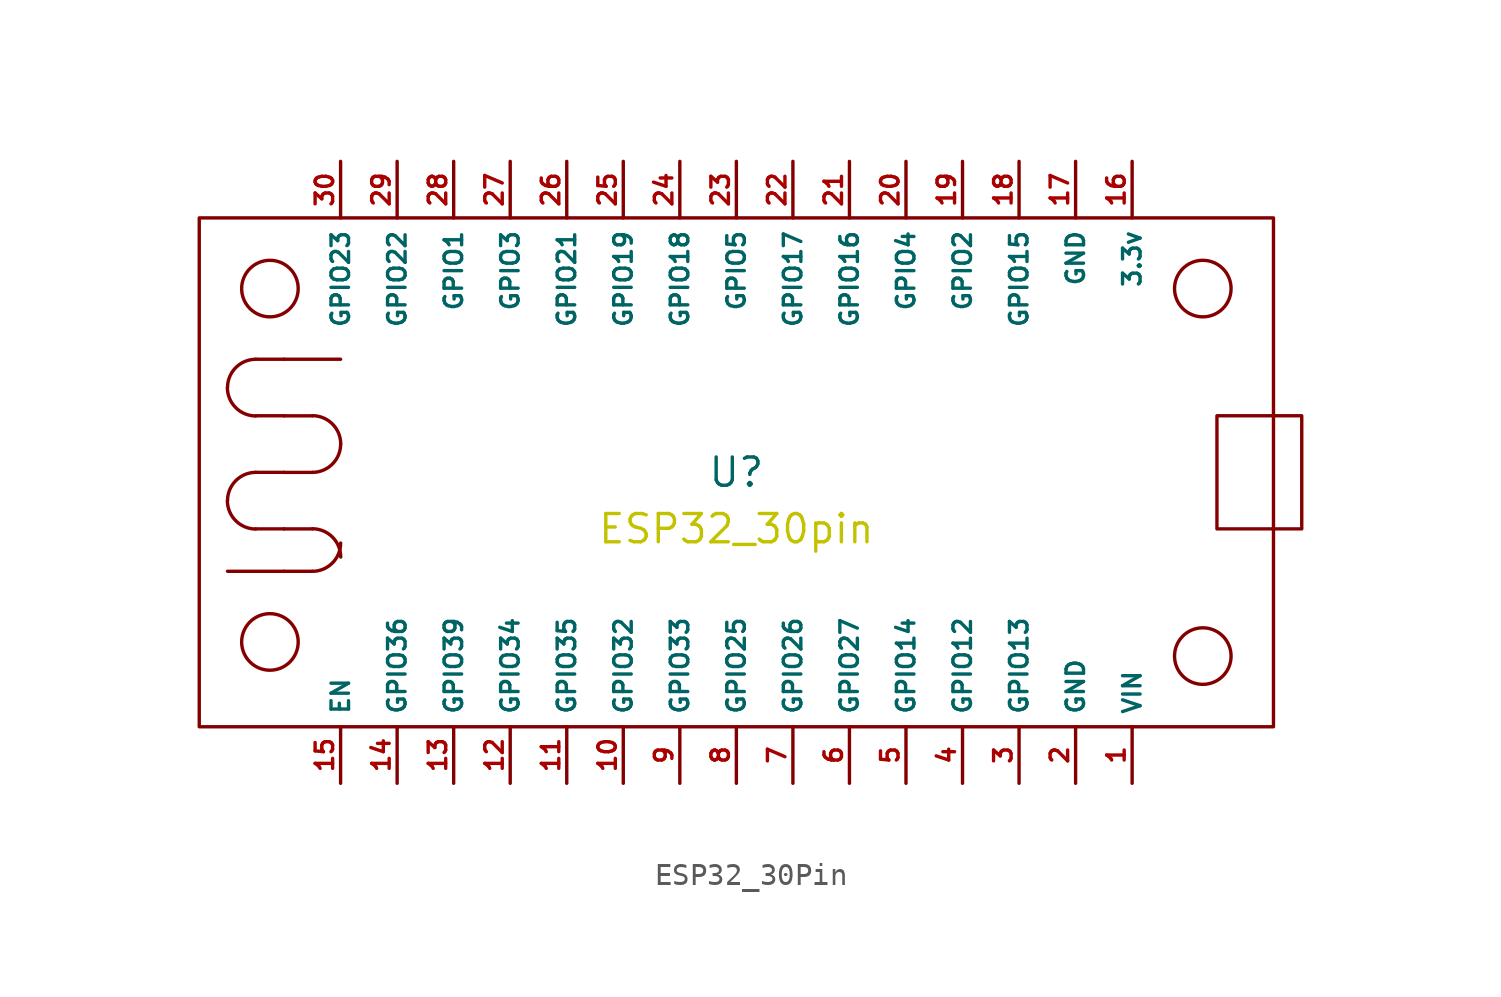
<source format=kicad_sym>
(kicad_symbol_lib
  (version 20231120)
  (generator "kicad_symbol_editor")
  (generator_version "8.0")
  (symbol "ESP32_30Pin"
    (property "Reference" "U"
      (at 0 0 0)
      (effects (font (size 1.27 1.27))))
    (property "Value" ""
      (at 0 0 0)
      (effects (font (size 1.27 1.27))))
    (property "Footprint" "ESP32_30pin"
      (at 0 -2.54 0)
      (effects (font (size 1.27 1.27) (color 194 194 0 1))))
    (symbol "ESP32_30Pin_0_1"
      (rectangle (start -24.13 11.43) (end 24.13 -11.43) (stroke (width 0) (type default)) (fill (type none)))
      (arc (start -22.8675 -1.2775) (mid -22.4933 -2.1733) (end -21.5975 -2.5475) (stroke (width 0) (type default)) (fill (type none)))
      (arc (start -22.8675 3.8025) (mid -22.4933 2.9067) (end -21.5975 2.5325) (stroke (width 0) (type default)) (fill (type none)))
      (arc (start -21.59 0) (mid -22.4873 -0.3727) (end -22.86 -1.27) (stroke (width 0) (type default)) (fill (type none)))
      (arc (start -21.59 5.08) (mid -22.4873 4.7073) (end -22.86 3.81) (stroke (width 0) (type default)) (fill (type none)))
      (circle (center -20.955 -7.62) (radius 1.27) (stroke (width 0) (type default)) (fill (type none)))
      (circle (center -20.955 8.255) (radius 1.27) (stroke (width 0) (type default)) (fill (type none)))
      (arc (start -19.0475 -4.4475) (mid -18.1502 -4.0748) (end -17.7775 -3.1775) (stroke (width 0) (type default)) (fill (type none)))
      (arc (start -19.0475 -0.0025) (mid -18.1502 0.3702) (end -17.7775 1.2675) (stroke (width 0) (type default)) (fill (type none)))
      (arc (start -17.77 -3.805) (mid -18.1442 -2.9092) (end -19.04 -2.535) (stroke (width 0) (type default)) (fill (type none)))
      (arc (start -17.77 1.275) (mid -18.1442 2.1708) (end -19.04 2.545) (stroke (width 0) (type default)) (fill (type none)))
      (polyline (pts (xy -21.59 -2.54) (xy -20.32 -2.54)) (stroke (width 0) (type default)) (fill (type none)))
      (polyline (pts (xy -21.59 0) (xy -20.32 0)) (stroke (width 0) (type default)) (fill (type none)))
      (polyline (pts (xy -21.59 2.54) (xy -20.32 2.54)) (stroke (width 0) (type default)) (fill (type none)))
      (polyline (pts (xy -21.59 5.08) (xy -20.32 5.08)) (stroke (width 0) (type default)) (fill (type none)))
      (polyline (pts (xy -20.32 -4.445) (xy -22.86 -4.445)) (stroke (width 0) (type default)) (fill (type none)))
      (polyline (pts (xy -20.32 5.08) (xy -17.78 5.08)) (stroke (width 0) (type default)) (fill (type none)))
      (polyline (pts (xy -19.047 -4.447) (xy -20.317 -4.447)) (stroke (width 0) (type default)) (fill (type none)))
      (polyline (pts (xy -19.047 -2.542) (xy -20.317 -2.542)) (stroke (width 0) (type default)) (fill (type none)))
      (polyline (pts (xy -19.047 -0.003) (xy -20.317 -0.003)) (stroke (width 0) (type default)) (fill (type none)))
      (polyline (pts (xy -19.047 2.538) (xy -20.317 2.538)) (stroke (width 0) (type default)) (fill (type none)))
      (circle (center 20.955 -8.255) (radius 1.27) (stroke (width 0) (type default)) (fill (type none)))
      (circle (center 20.955 8.255) (radius 1.27) (stroke (width 0) (type default)) (fill (type none)))
      (rectangle (start 21.59 2.54) (end 25.4 -2.54) (stroke (width 0) (type default)) (fill (type none))))
    (symbol "ESP32_30Pin_1_1"
      (pin power_out line (at 17.78 -13.97 90) (length 2.54) (name "VIN" (effects (font (size 0.787 0.787)))) (number "1" (effects (font (size 0.787 0.787)))))
      (pin bidirectional line (at -5.08 -13.97 90) (length 2.54) (name "GPIO32" (effects (font (size 0.787 0.787)))) (number "10" (effects (font (size 0.787 0.787)))))
      (pin bidirectional line (at -7.62 -13.97 90) (length 2.54) (name "GPIO35" (effects (font (size 0.787 0.787)))) (number "11" (effects (font (size 0.787 0.787)))))
      (pin bidirectional line (at -10.16 -13.97 90) (length 2.54) (name "GPIO34" (effects (font (size 0.787 0.787)))) (number "12" (effects (font (size 0.787 0.787)))))
      (pin bidirectional line (at -12.7 -13.97 90) (length 2.54) (name "GPIO39" (effects (font (size 0.787 0.787)))) (number "13" (effects (font (size 0.787 0.787)))))
      (pin bidirectional line (at -15.24 -13.97 90) (length 2.54) (name "GPIO36" (effects (font (size 0.787 0.787)))) (number "14" (effects (font (size 0.787 0.787)))))
      (pin bidirectional line (at -17.78 -13.97 90) (length 2.54) (name "EN" (effects (font (size 0.787 0.787)))) (number "15" (effects (font (size 0.787 0.787)))))
      (pin output line (at 17.78 13.97 270) (length 2.54) (name "3.3v" (effects (font (size 0.787 0.787)))) (number "16" (effects (font (size 0.787 0.787)))))
      (pin power_in line (at 15.24 13.97 270) (length 2.54) (name "GND" (effects (font (size 0.787 0.787)))) (number "17" (effects (font (size 0.787 0.787)))))
      (pin bidirectional line (at 12.7 13.97 270) (length 2.54) (name "GPIO15" (effects (font (size 0.787 0.787)))) (number "18" (effects (font (size 0.787 0.787)))))
      (pin bidirectional line (at 10.16 13.97 270) (length 2.54) (name "GPIO2" (effects (font (size 0.787 0.787)))) (number "19" (effects (font (size 0.787 0.787)))))
      (pin bidirectional line (at 15.24 -13.97 90) (length 2.54) (name "GND" (effects (font (size 0.787 0.787)))) (number "2" (effects (font (size 0.787 0.787)))))
      (pin bidirectional line (at 7.62 13.97 270) (length 2.54) (name "GPIO4" (effects (font (size 0.787 0.787)))) (number "20" (effects (font (size 0.787 0.787)))))
      (pin bidirectional line (at 5.08 13.97 270) (length 2.54) (name "GPIO16" (effects (font (size 0.787 0.787)))) (number "21" (effects (font (size 0.787 0.787)))))
      (pin bidirectional line (at 2.54 13.97 270) (length 2.54) (name "GPIO17" (effects (font (size 0.787 0.787)))) (number "22" (effects (font (size 0.787 0.787)))))
      (pin bidirectional line (at 0 13.97 270) (length 2.54) (name "GPIO5" (effects (font (size 0.787 0.787)))) (number "23" (effects (font (size 0.787 0.787)))))
      (pin bidirectional line (at -2.54 13.97 270) (length 2.54) (name "GPIO18" (effects (font (size 0.787 0.787)))) (number "24" (effects (font (size 0.787 0.787)))))
      (pin bidirectional line (at -5.08 13.97 270) (length 2.54) (name "GPIO19" (effects (font (size 0.787 0.787)))) (number "25" (effects (font (size 0.787 0.787)))))
      (pin bidirectional line (at -7.62 13.97 270) (length 2.54) (name "GPIO21" (effects (font (size 0.787 0.787)))) (number "26" (effects (font (size 0.787 0.787)))))
      (pin bidirectional line (at -10.16 13.97 270) (length 2.54) (name "GPIO3" (effects (font (size 0.787 0.787)))) (number "27" (effects (font (size 0.787 0.787)))))
      (pin bidirectional line (at -12.7 13.97 270) (length 2.54) (name "GPIO1" (effects (font (size 0.787 0.787)))) (number "28" (effects (font (size 0.787 0.787)))))
      (pin bidirectional line (at -15.24 13.97 270) (length 2.54) (name "GPIO22" (effects (font (size 0.787 0.787)))) (number "29" (effects (font (size 0.787 0.787)))))
      (pin bidirectional line (at 12.7 -13.97 90) (length 2.54) (name "GPIO13" (effects (font (size 0.787 0.787)))) (number "3" (effects (font (size 0.787 0.787)))))
      (pin bidirectional line (at -17.78 13.97 270) (length 2.54) (name "GPIO23" (effects (font (size 0.787 0.787)))) (number "30" (effects (font (size 0.787 0.787)))))
      (pin bidirectional line (at 10.16 -13.97 90) (length 2.54) (name "GPIO12" (effects (font (size 0.787 0.787)))) (number "4" (effects (font (size 0.787 0.787)))))
      (pin bidirectional line (at 7.62 -13.97 90) (length 2.54) (name "GPIO14" (effects (font (size 0.787 0.787)))) (number "5" (effects (font (size 0.787 0.787)))))
      (pin bidirectional line (at 5.08 -13.97 90) (length 2.54) (name "GPIO27" (effects (font (size 0.787 0.787)))) (number "6" (effects (font (size 0.787 0.787)))))
      (pin bidirectional line (at 2.54 -13.97 90) (length 2.54) (name "GPIO26" (effects (font (size 0.787 0.787)))) (number "7" (effects (font (size 0.787 0.787)))))
      (pin bidirectional line (at 0 -13.97 90) (length 2.54) (name "GPIO25" (effects (font (size 0.787 0.787)))) (number "8" (effects (font (size 0.787 0.787)))))
      (pin bidirectional line (at -2.54 -13.97 90) (length 2.54) (name "GPIO33" (effects (font (size 0.787 0.787)))) (number "9" (effects (font (size 0.787 0.787))))))))
</source>
